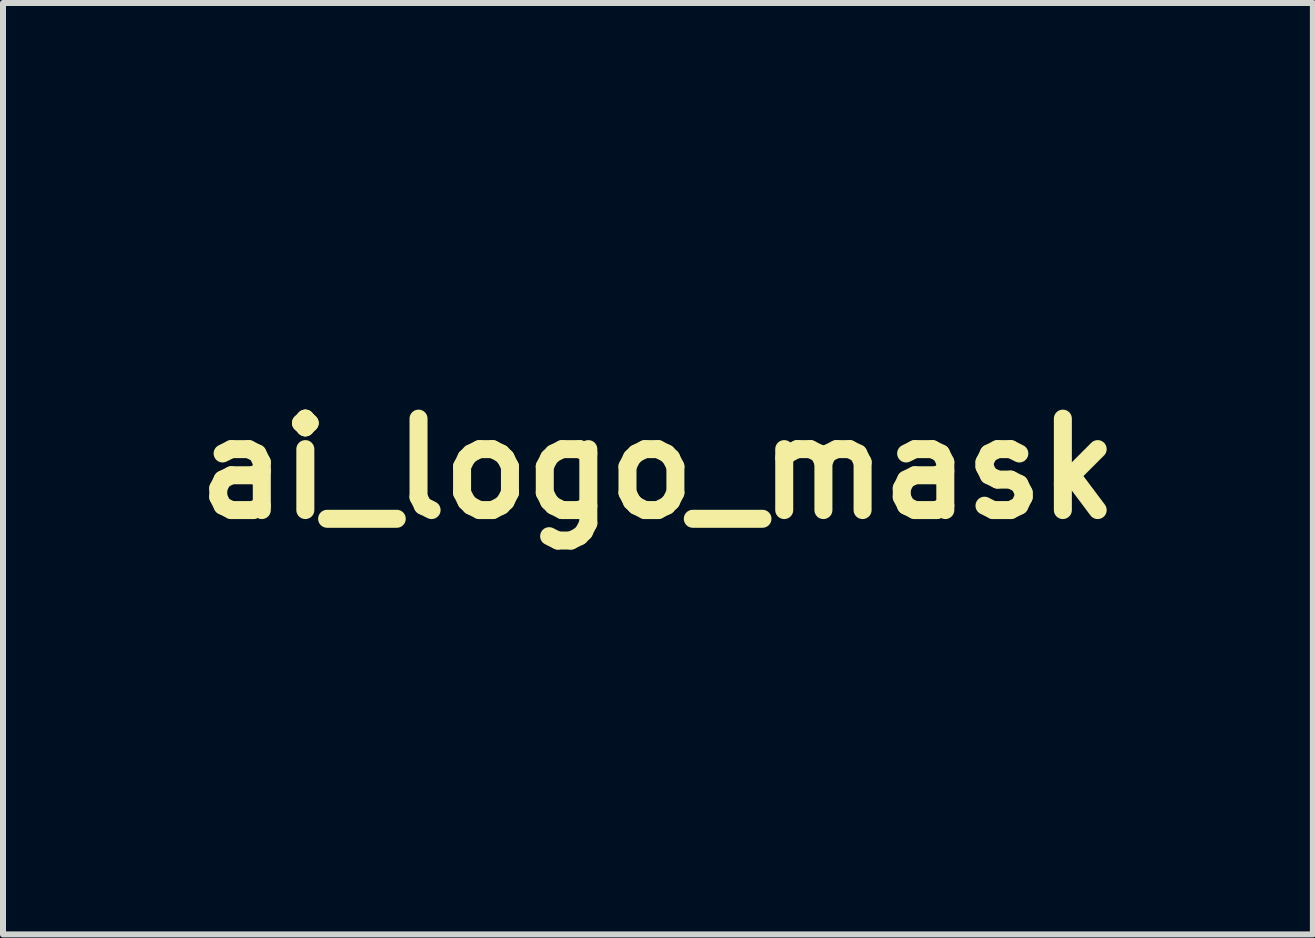
<source format=kicad_pcb>
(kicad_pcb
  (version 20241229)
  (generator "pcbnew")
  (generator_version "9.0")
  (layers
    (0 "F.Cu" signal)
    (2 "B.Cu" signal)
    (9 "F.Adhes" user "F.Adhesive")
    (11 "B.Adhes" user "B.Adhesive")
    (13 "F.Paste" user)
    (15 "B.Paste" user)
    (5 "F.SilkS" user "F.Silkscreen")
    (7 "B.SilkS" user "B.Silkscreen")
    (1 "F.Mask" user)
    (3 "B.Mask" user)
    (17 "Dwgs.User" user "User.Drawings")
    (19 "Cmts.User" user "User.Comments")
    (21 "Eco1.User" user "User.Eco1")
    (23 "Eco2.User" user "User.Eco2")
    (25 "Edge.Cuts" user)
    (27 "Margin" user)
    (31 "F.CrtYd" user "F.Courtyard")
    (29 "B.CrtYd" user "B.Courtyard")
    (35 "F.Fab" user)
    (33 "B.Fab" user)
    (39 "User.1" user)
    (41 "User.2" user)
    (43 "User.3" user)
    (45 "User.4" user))
  (footprint "ai_logo_mask"
    (layer "F.Cu")
    (at 7.918 4.763)
    (property "Reference" "ai_logo_mask" (at 0 0 0) (layer "F.SilkS") (effects (font (size 1.524 1.524) (thickness 0.3))))
    (attr through_hole)
    (fp_poly (pts (xy 0.18 -4.756) (xy 0.318 -4.751) (xy 0.445 -4.744) (xy 0.557 -4.735) (xy 0.629 -4.727) (xy 0.979 -4.665) (xy 1.319 -4.581) (xy 1.649 -4.473) (xy 1.968 -4.343) (xy 2.275 -4.19) (xy 2.57 -4.015) (xy 2.852 -3.818) (xy 3.122 -3.6) (xy 3.378 -3.36) (xy 3.387 -3.351) (xy 3.626 -3.092) (xy 3.842 -2.821) (xy 4.036 -2.538) (xy 4.208 -2.243) (xy 4.358 -1.936) (xy 4.485 -1.618) (xy 4.589 -1.29) (xy 4.67 -0.951) (xy 4.727 -0.603) (xy 4.751 -0.381) (xy 4.757 -0.277) (xy 4.761 -0.153) (xy 4.761 -0.017) (xy 4.759 0.125) (xy 4.754 0.268) (xy 4.747 0.404) (xy 4.737 0.528) (xy 4.725 0.633) (xy 4.725 0.635) (xy 4.665 0.982) (xy 4.581 1.32) (xy 4.474 1.648) (xy 4.344 1.966) (xy 4.192 2.272) (xy 4.016 2.567) (xy 3.819 2.85) (xy 3.6 3.12) (xy 3.359 3.378) (xy 3.326 3.41) (xy 3.067 3.646) (xy 2.797 3.86) (xy 2.516 4.051) (xy 2.223 4.22) (xy 1.918 4.366) (xy 1.601 4.491) (xy 1.271 4.593) (xy 0.928 4.674) (xy 0.578 4.733) (xy 0.53 4.737) (xy 0.461 4.742) (xy 0.376 4.746) (xy 0.278 4.75) (xy 0.174 4.753) (xy 0.066 4.756) (xy -0.041 4.757) (xy -0.141 4.758) (xy -0.232 4.758) (xy -0.307 4.757) (xy -0.363 4.755) (xy -0.375 4.754) (xy -0.722 4.713) (xy -1.063 4.648) (xy -1.397 4.558) (xy -1.723 4.444) (xy -2.041 4.307) (xy -2.349 4.147) (xy -2.647 3.963) (xy -2.934 3.758) (xy -3.003 3.703) (xy -3.083 3.636) (xy -3.174 3.554) (xy -3.272 3.461) (xy -3.372 3.364) (xy -3.468 3.265) (xy -3.557 3.171) (xy -3.634 3.085) (xy -3.65 3.066) (xy -3.865 2.789) (xy -4.058 2.503) (xy -4.227 2.206) (xy -4.374 1.898) (xy -4.499 1.579) (xy -4.543 1.435) (xy -2.248 1.435) (xy -2.248 2.083) (xy -1.6 2.083) (xy -1.6 1.435) (xy 1.562 1.435) (xy 1.562 2.083) (xy 2.21 2.083) (xy 2.21 1.435) (xy 1.562 1.435) (xy -1.6 1.435) (xy -2.248 1.435) (xy -4.543 1.435) (xy -4.6 1.248) (xy -4.68 0.905) (xy -4.733 0.584) (xy -4.743 0.49) (xy -4.75 0.376) (xy -4.755 0.246) (xy -4.756 0.178) (xy -1.6 0.178) (xy -1.6 0.826) (xy -0.953 0.826) (xy -0.953 0.178) (xy -0.343 0.178) (xy -0.343 0.826) (xy 0.305 0.826) (xy 0.305 0.178) (xy 0.953 0.178) (xy 0.953 0.826) (xy 1.562 0.826) (xy 1.562 0.178) (xy 0.953 0.178) (xy 0.305 0.178) (xy -0.343 0.178) (xy -0.953 0.178) (xy -1.6 0.178) (xy -4.756 0.178) (xy -4.758 0.107) (xy -4.758 -0.037) (xy -4.756 -0.18) (xy -4.751 -0.319) (xy -4.744 -0.446) (xy -4.735 -0.558) (xy -4.727 -0.629) (xy -4.665 -0.978) (xy -4.64 -1.079) (xy -0.953 -1.079) (xy -0.953 -0.47) (xy -0.343 -0.47) (xy -0.343 -1.079) (xy 0.305 -1.079) (xy 0.305 -0.47) (xy 0.953 -0.47) (xy 0.953 -1.079) (xy 0.305 -1.079) (xy -0.343 -1.079) (xy -0.953 -1.079) (xy -4.64 -1.079) (xy -4.581 -1.318) (xy -4.473 -1.648) (xy -4.343 -1.966) (xy -4.191 -2.273) (xy -4.131 -2.375) (xy -0.343 -2.375) (xy -0.343 -1.727) (xy 0.305 -1.727) (xy 0.305 -2.375) (xy -0.343 -2.375) (xy -4.131 -2.375) (xy -4.017 -2.568) (xy -3.821 -2.85) (xy -3.604 -3.118) (xy -3.4 -3.338) (xy -3.143 -3.582) (xy -2.874 -3.803) (xy -2.593 -4.001) (xy -2.3 -4.178) (xy -1.996 -4.331) (xy -1.679 -4.463) (xy -1.35 -4.572) (xy -1.009 -4.658) (xy -0.656 -4.723) (xy -0.584 -4.733) (xy -0.49 -4.743) (xy -0.376 -4.75) (xy -0.247 -4.755) (xy -0.108 -4.758) (xy 0.036 -4.758) (xy 0.18 -4.756)) (stroke (width 0.01) (type solid)) (fill yes) (layer "F.Mask")))
  (gr_rect
    (start -3 -3)
    (end 18.835 12.526)
    (stroke (width 0.1) (type default))
    (fill no)
    (layer "Edge.Cuts")))
</source>
